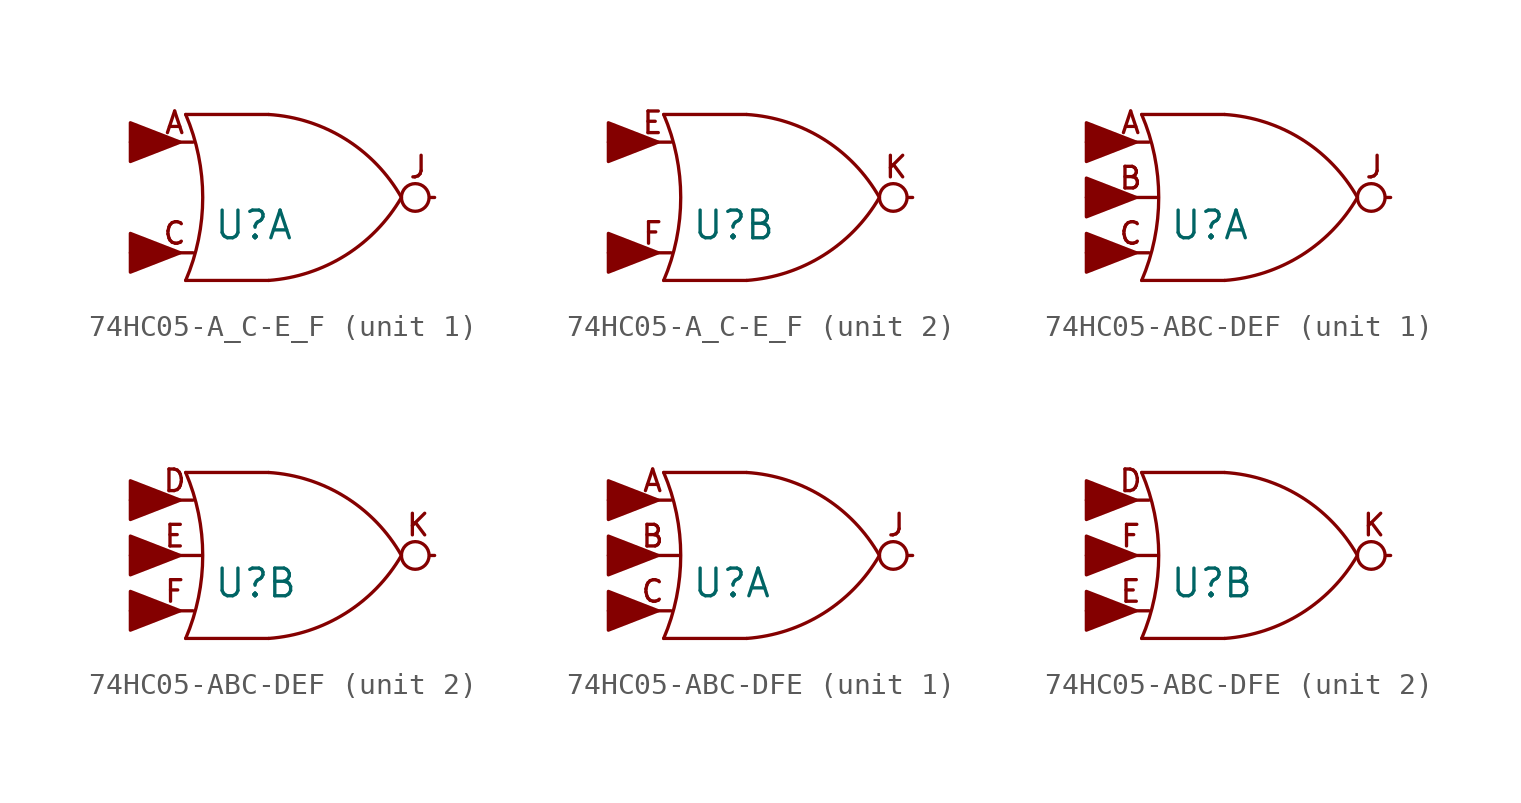
<source format=kicad_sym>
(kicad_symbol_lib
  (version 20211014)
  (generator kicad_symbol_editor)
  (symbol "74HC05-A_C-E_F"
    (pin_numbers hide)
    (pin_names
      (offset 0.381) hide)
    (property "Reference" "U"
      (at -2.54 -1.27 0)
      (effects (font (size 1.27 1.27)) (justify left)))
    (property "Footprint" ""
      (at 2.54 0 0)
      (effects (font (size 1.524 1.524))))
    (property "Datasheet" ""
      (at 2.54 0 0)
      (effects (font (size 1.524 1.524))))
    (property "ki_locked" ""
      (at 0 0 0)
      (effects (font (size 1.27 1.27))))
    (symbol "74HC05-A_C-E_F_0_0"
      (circle (center 6.731 0) (radius 0.635) (stroke (width 0) (type default) (color 0 0 0 0)) (fill (type none))))
    (symbol "74HC05-A_C-E_F_0_1"
      (arc (start -3.81 -3.81) (mid -3.028 0) (end -3.81 3.81) (stroke (width 0) (type default) (color 0 0 0 0)) (fill (type none)))
      (arc (start 0 -3.81) (mid 3.5177 -2.6614) (end 6.096 0) (stroke (width 0) (type default) (color 0 0 0 0)) (fill (type none)))
      (polyline (pts (xy -3.81 3.81) (xy 0 3.81)) (stroke (width 0) (type default) (color 0 0 0 0)) (fill (type none)))
      (polyline (pts (xy 0 -3.81) (xy -3.81 -3.81)) (stroke (width 0) (type default) (color 0 0 0 0)) (fill (type none)))
      (arc (start 6.096 0) (mid 3.5285 2.6786) (end 0 3.81) (stroke (width 0) (type default) (color 0 0 0 0)) (fill (type none)))
      (pin power_in line (at 0 3.81 270) (length 0) hide (name "FAP" (effects (font (size 1.27 1.27)))) (number "14" (effects (font (size 1.27 1.27)))))
      (pin power_in line (at 0 -3.81 90) (length 0) hide (name "0VDCA" (effects (font (size 1.27 1.27)))) (number "7" (effects (font (size 1.27 1.27))))))
    (symbol "74HC05-A_C-E_F_1_0"
      (polyline (pts (xy -4.064 -2.54) (xy -6.35 -1.651) (xy -6.35 -3.429) (xy -4.064 -2.54)) (stroke (width 0) (type default) (color 0 0 0 0)) (fill (type outline)))
      (polyline (pts (xy -4.064 2.54) (xy -6.35 3.429) (xy -6.35 1.651) (xy -4.064 2.54)) (stroke (width 0) (type default) (color 0 0 0 0)) (fill (type outline)))
      (text "A" (at -4.318 3.429 0) (effects (font (size 0.991 0.991))))
      (text "C" (at -4.318 -1.651 0) (effects (font (size 0.991 0.991))))
      (text "J" (at 6.858 1.397 0) (effects (font (size 0.991 0.991)))))
    (symbol "74HC05-A_C-E_F_1_1"
      (pin input line (at -6.35 -2.54 0) (length 2.87) (name "C" (effects (font (size 1.27 1.27)))) (number "1" (effects (font (size 1.27 1.27)))))
      (pin open_collector line (at 7.62 0 180) (length 0.203) (name "J" (effects (font (size 1.524 1.524)))) (number "2" (effects (font (size 1.524 1.524)))))
      (pin power_in line (at 0 -3.81 90) (length 0) hide (name "0VDCA" (effects (font (size 1.27 1.27)))) (number "3" (effects (font (size 1.27 1.27)))))
      (pin no_connect line (at 1.27 -3.81 180) (length 0) hide (name "J" (effects (font (size 1.524 1.524)))) (number "4" (effects (font (size 1.524 1.524)))))
      (pin input line (at -6.35 2.54 0) (length 2.87) (name "A" (effects (font (size 1.27 1.27)))) (number "5" (effects (font (size 1.27 1.27)))))
      (pin open_collector line (at 7.62 0 180) (length 0) hide (name "J" (effects (font (size 1.524 1.524)))) (number "6" (effects (font (size 1.524 1.524))))))
    (symbol "74HC05-A_C-E_F_2_0"
      (polyline (pts (xy -4.064 -2.54) (xy -6.35 -1.651) (xy -6.35 -3.429) (xy -4.064 -2.54)) (stroke (width 0) (type default) (color 0 0 0 0)) (fill (type outline)))
      (polyline (pts (xy -4.064 2.54) (xy -6.35 3.429) (xy -6.35 1.651) (xy -4.064 2.54)) (stroke (width 0) (type default) (color 0 0 0 0)) (fill (type outline)))
      (text "E" (at -4.318 3.429 0) (effects (font (size 0.991 0.991))))
      (text "F" (at -4.318 -1.651 0) (effects (font (size 0.991 0.991))))
      (text "K" (at 6.858 1.397 0) (effects (font (size 0.991 0.991)))))
    (symbol "74HC05-A_C-E_F_2_1"
      (pin open_collector line (at 7.62 0 180) (length 0) hide (name "K" (effects (font (size 1.524 1.524)))) (number "10" (effects (font (size 1.524 1.524)))))
      (pin input line (at -6.35 2.54 0) (length 2.87) (name "E" (effects (font (size 1.27 1.27)))) (number "11" (effects (font (size 1.27 1.27)))))
      (pin open_collector line (at 7.62 0 180) (length 0.203) (name "K" (effects (font (size 1.524 1.524)))) (number "12" (effects (font (size 1.524 1.524)))))
      (pin input line (at -6.35 -2.54 0) (length 2.87) (name "F" (effects (font (size 1.27 1.27)))) (number "13" (effects (font (size 1.27 1.27)))))
      (pin no_connect line (at 1.27 -3.81 180) (length 0) hide (name "K" (effects (font (size 1.524 1.524)))) (number "8" (effects (font (size 1.524 1.524)))))
      (pin power_in line (at 0 -3.81 90) (length 0) hide (name "0VDCA" (effects (font (size 1.27 1.27)))) (number "9" (effects (font (size 1.27 1.27)))))))
  (symbol "74HC05-ABC-DEF"
    (pin_numbers hide)
    (pin_names
      (offset 0.381) hide)
    (property "Reference" "U"
      (at -2.54 -1.27 0)
      (effects (font (size 1.27 1.27)) (justify left)))
    (property "Footprint" ""
      (at 2.54 0 0)
      (effects (font (size 1.524 1.524))))
    (property "Datasheet" ""
      (at 2.54 0 0)
      (effects (font (size 1.524 1.524))))
    (property "ki_locked" ""
      (at 0 0 0)
      (effects (font (size 1.27 1.27))))
    (symbol "74HC05-ABC-DEF_0_0"
      (polyline (pts (xy -4.064 -2.54) (xy -6.35 -1.651) (xy -6.35 -3.429) (xy -4.064 -2.54)) (stroke (width 0) (type default) (color 0 0 0 0)) (fill (type outline)))
      (polyline (pts (xy -4.064 0) (xy -6.35 0.889) (xy -6.35 -0.889) (xy -4.064 0)) (stroke (width 0) (type default) (color 0 0 0 0)) (fill (type outline)))
      (polyline (pts (xy -4.064 2.54) (xy -6.35 3.429) (xy -6.35 1.651) (xy -4.064 2.54)) (stroke (width 0) (type default) (color 0 0 0 0)) (fill (type outline)))
      (circle (center 6.731 0) (radius 0.635) (stroke (width 0) (type default) (color 0 0 0 0)) (fill (type none))))
    (symbol "74HC05-ABC-DEF_0_1"
      (arc (start -3.81 -3.81) (mid -3.028 0) (end -3.81 3.81) (stroke (width 0) (type default) (color 0 0 0 0)) (fill (type none)))
      (arc (start 0 -3.81) (mid 3.5177 -2.6614) (end 6.096 0) (stroke (width 0) (type default) (color 0 0 0 0)) (fill (type none)))
      (polyline (pts (xy -3.81 3.81) (xy 0 3.81)) (stroke (width 0) (type default) (color 0 0 0 0)) (fill (type none)))
      (polyline (pts (xy 0 -3.81) (xy -3.81 -3.81)) (stroke (width 0) (type default) (color 0 0 0 0)) (fill (type none)))
      (arc (start 6.096 0) (mid 3.5285 2.6786) (end 0 3.81) (stroke (width 0) (type default) (color 0 0 0 0)) (fill (type none)))
      (pin power_in line (at 0 3.81 270) (length 0) hide (name "FAP" (effects (font (size 1.27 1.27)))) (number "14" (effects (font (size 1.27 1.27)))))
      (pin power_in line (at 0 -3.81 90) (length 0) hide (name "0VDCA" (effects (font (size 1.27 1.27)))) (number "7" (effects (font (size 1.27 1.27))))))
    (symbol "74HC05-ABC-DEF_1_0"
      (text "A" (at -4.318 3.429 0) (effects (font (size 0.991 0.991))))
      (text "B" (at -4.318 0.889 0) (effects (font (size 0.991 0.991))))
      (text "C" (at -4.318 -1.651 0) (effects (font (size 0.991 0.991))))
      (text "J" (at 6.858 1.397 0) (effects (font (size 0.991 0.991)))))
    (symbol "74HC05-ABC-DEF_1_1"
      (pin input line (at -6.35 -2.54 0) (length 2.87) (name "C" (effects (font (size 1.27 1.27)))) (number "1" (effects (font (size 1.27 1.27)))))
      (pin open_collector line (at 7.62 0 180) (length 0.203) (name "J" (effects (font (size 1.524 1.524)))) (number "2" (effects (font (size 1.524 1.524)))))
      (pin input line (at -6.35 0 0) (length 3.302) (name "B" (effects (font (size 1.27 1.27)))) (number "3" (effects (font (size 1.27 1.27)))))
      (pin open_collector line (at 7.62 0 180) (length 0) hide (name "J" (effects (font (size 1.524 1.524)))) (number "4" (effects (font (size 1.524 1.524)))))
      (pin input line (at -6.35 2.54 0) (length 2.87) (name "A" (effects (font (size 1.27 1.27)))) (number "5" (effects (font (size 1.27 1.27)))))
      (pin open_collector line (at 7.62 0 180) (length 0) hide (name "J" (effects (font (size 1.524 1.524)))) (number "6" (effects (font (size 1.524 1.524))))))
    (symbol "74HC05-ABC-DEF_2_0"
      (text "D" (at -4.318 3.429 0) (effects (font (size 0.991 0.991))))
      (text "E" (at -4.318 0.889 0) (effects (font (size 0.991 0.991))))
      (text "F" (at -4.318 -1.651 0) (effects (font (size 0.991 0.991))))
      (text "K" (at 6.858 1.397 0) (effects (font (size 0.991 0.991)))))
    (symbol "74HC05-ABC-DEF_2_1"
      (pin open_collector line (at 7.62 0 180) (length 0) hide (name "K" (effects (font (size 1.524 1.524)))) (number "10" (effects (font (size 1.524 1.524)))))
      (pin input line (at -6.35 0 0) (length 3.302) (name "E" (effects (font (size 1.27 1.27)))) (number "11" (effects (font (size 1.27 1.27)))))
      (pin open_collector line (at 7.62 0 180) (length 0.203) (name "K" (effects (font (size 1.524 1.524)))) (number "12" (effects (font (size 1.524 1.524)))))
      (pin input line (at -6.35 -2.54 0) (length 2.87) (name "F" (effects (font (size 1.27 1.27)))) (number "13" (effects (font (size 1.27 1.27)))))
      (pin open_collector line (at 7.62 0 180) (length 0) hide (name "K" (effects (font (size 1.524 1.524)))) (number "8" (effects (font (size 1.524 1.524)))))
      (pin input line (at -6.35 2.54 0) (length 2.87) (name "D" (effects (font (size 1.27 1.27)))) (number "9" (effects (font (size 1.27 1.27)))))))
  (symbol "74HC05-ABC-DFE"
    (pin_numbers hide)
    (pin_names
      (offset 0.381) hide)
    (property "Reference" "U"
      (at -2.54 -1.27 0)
      (effects (font (size 1.27 1.27)) (justify left)))
    (property "Footprint" ""
      (at 2.54 0 0)
      (effects (font (size 1.524 1.524))))
    (property "Datasheet" ""
      (at 2.54 0 0)
      (effects (font (size 1.524 1.524))))
    (property "ki_locked" ""
      (at 0 0 0)
      (effects (font (size 1.27 1.27))))
    (symbol "74HC05-ABC-DFE_0_0"
      (polyline (pts (xy -4.064 -2.54) (xy -6.35 -1.651) (xy -6.35 -3.429) (xy -4.064 -2.54)) (stroke (width 0) (type default) (color 0 0 0 0)) (fill (type outline)))
      (polyline (pts (xy -4.064 0) (xy -6.35 0.889) (xy -6.35 -0.889) (xy -4.064 0)) (stroke (width 0) (type default) (color 0 0 0 0)) (fill (type outline)))
      (polyline (pts (xy -4.064 2.54) (xy -6.35 3.429) (xy -6.35 1.651) (xy -4.064 2.54)) (stroke (width 0) (type default) (color 0 0 0 0)) (fill (type outline)))
      (circle (center 6.731 0) (radius 0.635) (stroke (width 0) (type default) (color 0 0 0 0)) (fill (type none))))
    (symbol "74HC05-ABC-DFE_0_1"
      (arc (start -3.81 -3.81) (mid -3.028 0) (end -3.81 3.81) (stroke (width 0) (type default) (color 0 0 0 0)) (fill (type none)))
      (arc (start 0 -3.81) (mid 3.5177 -2.6614) (end 6.096 0) (stroke (width 0) (type default) (color 0 0 0 0)) (fill (type none)))
      (polyline (pts (xy -3.81 3.81) (xy 0 3.81)) (stroke (width 0) (type default) (color 0 0 0 0)) (fill (type none)))
      (polyline (pts (xy 0 -3.81) (xy -3.81 -3.81)) (stroke (width 0) (type default) (color 0 0 0 0)) (fill (type none)))
      (arc (start 6.096 0) (mid 3.5285 2.6786) (end 0 3.81) (stroke (width 0) (type default) (color 0 0 0 0)) (fill (type none)))
      (pin power_in line (at 0 3.81 270) (length 0) hide (name "FAP" (effects (font (size 1.27 1.27)))) (number "14" (effects (font (size 1.27 1.27)))))
      (pin power_in line (at 0 -3.81 90) (length 0) hide (name "0VDCA" (effects (font (size 1.27 1.27)))) (number "7" (effects (font (size 1.27 1.27))))))
    (symbol "74HC05-ABC-DFE_1_0"
      (text "A" (at -4.318 3.429 0) (effects (font (size 0.991 0.991))))
      (text "B" (at -4.318 0.889 0) (effects (font (size 0.991 0.991))))
      (text "C" (at -4.318 -1.651 0) (effects (font (size 0.991 0.991))))
      (text "J" (at 6.858 1.397 0) (effects (font (size 0.991 0.991)))))
    (symbol "74HC05-ABC-DFE_1_1"
      (pin input line (at -6.35 -2.54 0) (length 2.87) (name "C" (effects (font (size 1.27 1.27)))) (number "1" (effects (font (size 1.27 1.27)))))
      (pin open_collector line (at 7.62 0 180) (length 0.203) (name "J" (effects (font (size 1.524 1.524)))) (number "2" (effects (font (size 1.524 1.524)))))
      (pin input line (at -6.35 0 0) (length 3.302) (name "B" (effects (font (size 1.27 1.27)))) (number "3" (effects (font (size 1.27 1.27)))))
      (pin open_collector line (at 7.62 0 180) (length 0) hide (name "J" (effects (font (size 1.524 1.524)))) (number "4" (effects (font (size 1.524 1.524)))))
      (pin input line (at -6.35 2.54 0) (length 2.87) (name "A" (effects (font (size 1.27 1.27)))) (number "5" (effects (font (size 1.27 1.27)))))
      (pin open_collector line (at 7.62 0 180) (length 0) hide (name "J" (effects (font (size 1.524 1.524)))) (number "6" (effects (font (size 1.524 1.524))))))
    (symbol "74HC05-ABC-DFE_2_0"
      (text "D" (at -4.318 3.429 0) (effects (font (size 0.991 0.991))))
      (text "E" (at -4.318 -1.651 0) (effects (font (size 0.991 0.991))))
      (text "F" (at -4.318 0.889 0) (effects (font (size 0.991 0.991))))
      (text "K" (at 6.858 1.397 0) (effects (font (size 0.991 0.991)))))
    (symbol "74HC05-ABC-DFE_2_1"
      (pin open_collector line (at 7.62 0 180) (length 0) hide (name "K" (effects (font (size 1.524 1.524)))) (number "10" (effects (font (size 1.524 1.524)))))
      (pin input line (at -6.35 -2.54 0) (length 2.87) (name "E" (effects (font (size 1.27 1.27)))) (number "11" (effects (font (size 1.27 1.27)))))
      (pin open_collector line (at 7.62 0 180) (length 0.203) (name "K" (effects (font (size 1.524 1.524)))) (number "12" (effects (font (size 1.524 1.524)))))
      (pin input line (at -6.35 0 0) (length 3.302) (name "F" (effects (font (size 1.27 1.27)))) (number "13" (effects (font (size 1.27 1.27)))))
      (pin open_collector line (at 7.62 0 180) (length 0) hide (name "K" (effects (font (size 1.524 1.524)))) (number "8" (effects (font (size 1.524 1.524)))))
      (pin input line (at -6.35 2.54 0) (length 2.87) (name "D" (effects (font (size 1.27 1.27)))) (number "9" (effects (font (size 1.27 1.27))))))))
</source>
